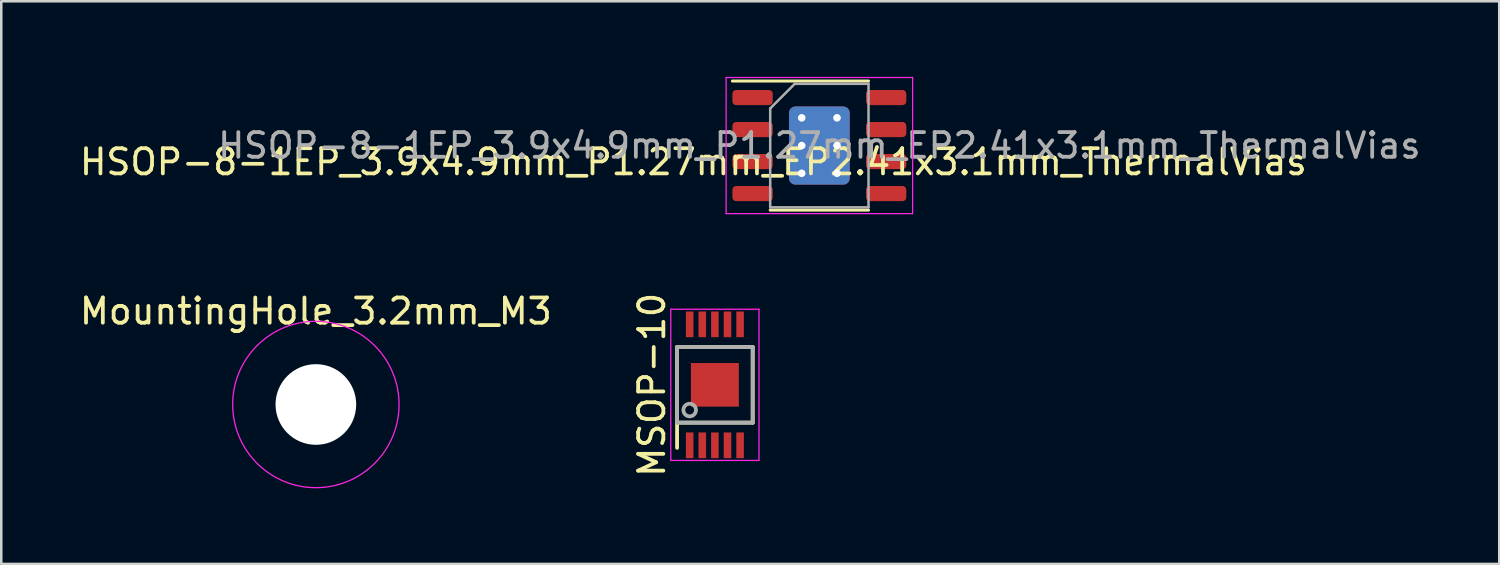
<source format=kicad_pcb>
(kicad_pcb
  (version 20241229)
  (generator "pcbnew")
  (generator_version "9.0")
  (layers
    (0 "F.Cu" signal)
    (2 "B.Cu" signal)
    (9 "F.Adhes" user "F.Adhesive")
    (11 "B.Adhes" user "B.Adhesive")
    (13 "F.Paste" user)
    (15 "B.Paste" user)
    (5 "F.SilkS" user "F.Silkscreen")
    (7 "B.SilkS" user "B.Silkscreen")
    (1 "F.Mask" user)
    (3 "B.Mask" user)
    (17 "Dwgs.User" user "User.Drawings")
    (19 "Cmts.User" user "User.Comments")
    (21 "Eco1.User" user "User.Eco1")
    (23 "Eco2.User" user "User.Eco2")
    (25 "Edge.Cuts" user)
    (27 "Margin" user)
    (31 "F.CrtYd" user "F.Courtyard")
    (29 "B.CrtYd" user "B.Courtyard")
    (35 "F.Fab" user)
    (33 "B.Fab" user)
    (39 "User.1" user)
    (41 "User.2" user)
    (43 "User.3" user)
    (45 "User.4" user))
  (footprint "MountingHole_3.2mm_M3"
    (layer "F.Cu")
    (at 9.482 12.998)
    (property "Reference" "MountingHole_3.2mm_M3" (at 0 -3.7 0) (layer "F.SilkS") (effects (font (size 1 1) (thickness 0.15))))
    (attr through_hole)
    (fp_circle (center 0 0) (end 3.3 0.05) (stroke (width 0.05) (type solid)) (fill no) (layer "F.CrtYd"))
    (pad "" smd circle (at 0 0) (size 2.4 2.4) (layers "F.Cu" "F.Mask"))
    (pad "" smd circle (at 0 0) (size 2.4 2.4) (layers "B.Cu" "B.Mask"))
    (pad "" np_thru_hole circle (at 0 0) (size 3.2 3.2) (drill 3.2) (layers "*.Cu" "*.Mask")))
  (footprint "HSOP-8-1EP_3.9x4.9mm_P1.27mm_EP2.41x3.1mm_ThermalVias"
    (layer "F.Cu")
    (at 29.458 2.725)
    (property "Reference" "HSOP-8-1EP_3.9x4.9mm_P1.27mm_EP2.41x3.1mm_ThermalVias" (at -5 0.65 180) (layer "F.SilkS") (effects (font (size 1 1) (thickness 0.15))))
    (attr smd)
    (fp_line (start -3.45 -2.56) (end 1.95 -2.56) (stroke (width 0.12) (type solid)) (layer "F.SilkS"))
    (fp_line (start -1.95 2.56) (end 1.95 2.56) (stroke (width 0.12) (type solid)) (layer "F.SilkS"))
    (fp_line (start -3.7 -2.7) (end -3.7 2.7) (stroke (width 0.05) (type solid)) (layer "F.CrtYd"))
    (fp_line (start -3.7 2.7) (end 3.7 2.7) (stroke (width 0.05) (type solid)) (layer "F.CrtYd"))
    (fp_line (start 3.7 -2.7) (end -3.7 -2.7) (stroke (width 0.05) (type solid)) (layer "F.CrtYd"))
    (fp_line (start 3.7 2.7) (end 3.7 -2.7) (stroke (width 0.05) (type solid)) (layer "F.CrtYd"))
    (fp_line (start -1.95 -1.475) (end -0.975 -2.45) (stroke (width 0.1) (type solid)) (layer "F.Fab"))
    (fp_line (start -1.95 2.45) (end -1.95 -1.475) (stroke (width 0.1) (type solid)) (layer "F.Fab"))
    (fp_line (start -0.975 -2.45) (end 1.95 -2.45) (stroke (width 0.1) (type solid)) (layer "F.Fab"))
    (fp_line (start 1.95 -2.45) (end 1.95 2.45) (stroke (width 0.1) (type solid)) (layer "F.Fab"))
    (fp_line (start 1.95 2.45) (end -1.95 2.45) (stroke (width 0.1) (type solid)) (layer "F.Fab"))
    (fp_text user "${REFERENCE}" (at 0 0 0) (layer "F.Fab") (effects (font (size 0.98 0.98) (thickness 0.15))))
    (pad "" smd roundrect (at -0.6 -0.775) (size 0.97 1.25) (layers "F.Paste") (roundrect_rratio 0.25))
    (pad "" smd roundrect (at -0.6 0.775) (size 0.97 1.25) (layers "F.Paste") (roundrect_rratio 0.25))
    (pad "" smd roundrect (at 0.6 -0.775) (size 0.97 1.25) (layers "F.Paste") (roundrect_rratio 0.25))
    (pad "" smd roundrect (at 0.6 0.775) (size 0.97 1.25) (layers "F.Paste") (roundrect_rratio 0.25))
    (pad "1" smd roundrect (at -2.65 -1.905) (size 1.6 0.6) (layers "F.Cu" "F.Mask" "F.Paste") (roundrect_rratio 0.25))
    (pad "2" smd roundrect (at -2.65 -0.635) (size 1.6 0.6) (layers "F.Cu" "F.Mask" "F.Paste") (roundrect_rratio 0.25))
    (pad "3" smd roundrect (at -2.65 0.635) (size 1.6 0.6) (layers "F.Cu" "F.Mask" "F.Paste") (roundrect_rratio 0.25))
    (pad "4" smd roundrect (at -2.65 1.905) (size 1.6 0.6) (layers "F.Cu" "F.Mask" "F.Paste") (roundrect_rratio 0.25))
    (pad "5" smd roundrect (at 2.65 1.905) (size 1.6 0.6) (layers "F.Cu" "F.Mask" "F.Paste") (roundrect_rratio 0.25))
    (pad "6" smd roundrect (at 2.65 0.635) (size 1.6 0.6) (layers "F.Cu" "F.Mask" "F.Paste") (roundrect_rratio 0.25))
    (pad "7" smd roundrect (at 2.65 -0.635) (size 1.6 0.6) (layers "F.Cu" "F.Mask" "F.Paste") (roundrect_rratio 0.25))
    (pad "8" smd roundrect (at 2.65 -1.905) (size 1.6 0.6) (layers "F.Cu" "F.Mask" "F.Paste") (roundrect_rratio 0.25))
    (pad "9" thru_hole circle (at -0.7 -1.1) (size 0.5 0.5) (drill 0.3) (layers "*.Cu"))
    (pad "9" thru_hole circle (at -0.7 0) (size 0.5 0.5) (drill 0.3) (layers "*.Cu"))
    (pad "9" thru_hole circle (at -0.7 1.1) (size 0.5 0.5) (drill 0.3) (layers "*.Cu"))
    (pad "9" smd roundrect (at 0 0) (size 2.41 3.1) (layers "F.Cu" "F.Mask") (roundrect_rratio 0.104))
    (pad "9" smd roundrect (at 0 0) (size 2.41 3.1) (layers "B.Cu") (roundrect_rratio 0.104))
    (pad "9" thru_hole circle (at 0.7 -1.1) (size 0.5 0.5) (drill 0.3) (layers "*.Cu"))
    (pad "9" thru_hole circle (at 0.7 0) (size 0.5 0.5) (drill 0.3) (layers "*.Cu"))
    (pad "9" thru_hole circle (at 0.7 1.1) (size 0.5 0.5) (drill 0.3) (layers "*.Cu")))
  (footprint "MSOP-10"
    (layer "F.Cu")
    (at 25.313 12.218)
    (property "Reference" "MSOP-10" (at -2.5 0 90) (layer "F.SilkS") (effects (font (size 1 1) (thickness 0.15))))
    (attr through_hole)
    (fp_line (start -1.5 -1.5) (end 1.5 -1.5) (stroke (width 0.15) (type solid)) (layer "F.SilkS"))
    (fp_line (start -1.5 2.5) (end -1.5 -1.5) (stroke (width 0.15) (type solid)) (layer "F.SilkS"))
    (fp_line (start 1.5 -1.5) (end 1.5 1.5) (stroke (width 0.15) (type solid)) (layer "F.SilkS"))
    (fp_line (start 1.5 1.5) (end -1.5 1.5) (stroke (width 0.15) (type solid)) (layer "F.SilkS"))
    (fp_line (start -1.75 3) (end -1.75 -3) (stroke (width 0.05) (type solid)) (layer "F.CrtYd"))
    (fp_line (start 1.75 -3) (end -1.75 -3) (stroke (width 0.05) (type solid)) (layer "F.CrtYd"))
    (fp_line (start 1.75 -3) (end 1.75 3) (stroke (width 0.05) (type solid)) (layer "F.CrtYd"))
    (fp_line (start 1.75 3) (end -1.75 3) (stroke (width 0.05) (type solid)) (layer "F.CrtYd"))
    (fp_line (start -1.5 -1.5) (end 1.5 -1.5) (stroke (width 0.15) (type solid)) (layer "F.Fab"))
    (fp_line (start -1.5 1.5) (end -1.5 -1.5) (stroke (width 0.15) (type solid)) (layer "F.Fab"))
    (fp_line (start 1.5 -1.5) (end 1.5 1.5) (stroke (width 0.15) (type solid)) (layer "F.Fab"))
    (fp_line (start 1.5 1.5) (end -1.5 1.5) (stroke (width 0.15) (type solid)) (layer "F.Fab"))
    (fp_circle (center -1 1) (end -0.75 1) (stroke (width 0.15) (type solid)) (fill no) (layer "F.Fab"))
    (pad "1" smd rect (at -1 2.4) (size 0.3 1.02) (layers "F.Cu" "F.Mask" "F.Paste"))
    (pad "2" smd rect (at -0.5 2.4) (size 0.3 1.02) (layers "F.Cu" "F.Mask" "F.Paste"))
    (pad "3" smd rect (at 0 2.4) (size 0.3 1.02) (layers "F.Cu" "F.Mask" "F.Paste"))
    (pad "4" smd rect (at 0.5 2.4) (size 0.3 1.02) (layers "F.Cu" "F.Mask" "F.Paste"))
    (pad "5" smd rect (at 1 2.4) (size 0.3 1.02) (layers "F.Cu" "F.Mask" "F.Paste"))
    (pad "6" smd rect (at 1 -2.4) (size 0.3 1.02) (layers "F.Cu" "F.Mask" "F.Paste"))
    (pad "7" smd rect (at 0 0) (size 1.9 1.73) (layers "F.Cu" "F.Mask" "F.Paste"))
    (pad "7" smd rect (at 0.5 -2.4) (size 0.3 1.02) (layers "F.Cu" "F.Mask" "F.Paste"))
    (pad "8" smd rect (at 0 -2.4) (size 0.3 1.02) (layers "F.Cu" "F.Mask" "F.Paste"))
    (pad "9" smd rect (at -0.5 -2.4) (size 0.3 1.02) (layers "F.Cu" "F.Mask" "F.Paste"))
    (pad "10" smd rect (at -1 -2.4) (size 0.3 1.02) (layers "F.Cu" "F.Mask" "F.Paste")))
  (gr_rect
    (start -3 -3)
    (end 56.432 19.324)
    (stroke (width 0.1) (type default))
    (fill no)
    (layer "Edge.Cuts")))
</source>
